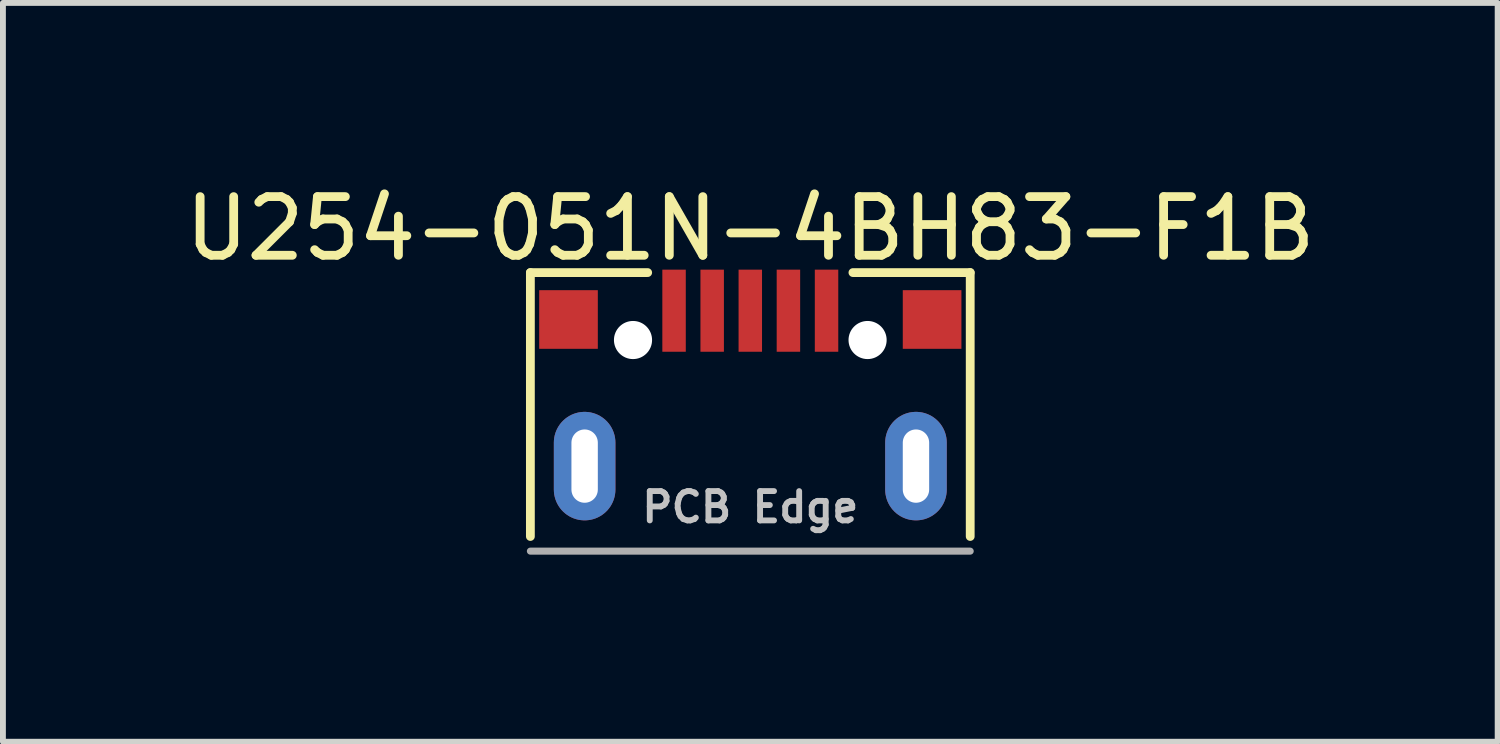
<source format=kicad_pcb>
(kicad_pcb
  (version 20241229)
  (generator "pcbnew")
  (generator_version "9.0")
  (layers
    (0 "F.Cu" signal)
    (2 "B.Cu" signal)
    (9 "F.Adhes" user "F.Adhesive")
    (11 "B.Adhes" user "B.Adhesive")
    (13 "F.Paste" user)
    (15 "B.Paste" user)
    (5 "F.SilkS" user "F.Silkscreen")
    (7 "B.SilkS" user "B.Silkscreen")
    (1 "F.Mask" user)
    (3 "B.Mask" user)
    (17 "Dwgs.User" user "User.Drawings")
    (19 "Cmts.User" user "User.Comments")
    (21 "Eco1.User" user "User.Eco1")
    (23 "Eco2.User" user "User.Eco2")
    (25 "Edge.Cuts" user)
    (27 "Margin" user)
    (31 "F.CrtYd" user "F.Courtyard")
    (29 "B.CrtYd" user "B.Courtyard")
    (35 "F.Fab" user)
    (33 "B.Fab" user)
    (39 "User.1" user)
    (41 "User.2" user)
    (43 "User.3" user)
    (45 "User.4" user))
  (footprint "U254-051N-4BH83-F1B"
    (layer "F.Cu")
    (at 9.744 6.348)
    (property "Reference" "U254-051N-4BH83-F1B" (at 0 -5.5 0) (layer "F.SilkS") (effects (font (size 1 1) (thickness 0.15))))
    (attr through_hole)
    (fp_line (start -3.75 -4.75) (end -3.75 -0.25) (stroke (width 0.15) (type solid)) (layer "F.SilkS"))
    (fp_line (start -1.75 -4.75) (end -3.75 -4.75) (stroke (width 0.15) (type solid)) (layer "F.SilkS"))
    (fp_line (start 1.75 -4.75) (end 3.75 -4.75) (stroke (width 0.15) (type solid)) (layer "F.SilkS"))
    (fp_line (start 3.75 -4.75) (end 3.75 -0.25) (stroke (width 0.15) (type solid)) (layer "F.SilkS"))
    (fp_line (start -3.75 0) (end 3.75 0) (stroke (width 0.12) (type solid)) (layer "F.Fab"))
    (fp_text user "PCB Edge" (at 0 -0.75 0) (layer "Dwgs.User") (effects (font (size 0.5 0.5) (thickness 0.1))))
    (pad "" np_thru_hole circle (at -2 -3.6) (size 0.65 0.65) (drill 0.65) (layers "*.Cu" "*.Mask"))
    (pad "" np_thru_hole circle (at 2 -3.6) (size 0.65 0.65) (drill 0.65) (layers "*.Cu" "*.Mask"))
    (pad "1" smd rect (at -1.3 -4.1) (size 0.4 1.4) (layers "F.Cu" "F.Mask" "F.Paste"))
    (pad "2" smd rect (at -0.65 -4.1) (size 0.4 1.4) (layers "F.Cu" "F.Mask" "F.Paste"))
    (pad "3" smd rect (at 0 -4.1) (size 0.4 1.4) (layers "F.Cu" "F.Mask" "F.Paste"))
    (pad "4" smd rect (at 0.65 -4.1) (size 0.4 1.4) (layers "F.Cu" "F.Mask" "F.Paste"))
    (pad "5" smd rect (at 1.3 -4.1) (size 0.4 1.4) (layers "F.Cu" "F.Mask" "F.Paste"))
    (pad "6" smd rect (at -3.1 -3.95) (size 1 1) (layers "F.Cu" "F.Mask" "F.Paste"))
    (pad "6" thru_hole oval (at -2.825 -1.45) (size 1.05 1.85) (drill oval 0.45 1.25) (layers "*.Cu" "*.Mask"))
    (pad "6" thru_hole oval (at 2.825 -1.45) (size 1.05 1.85) (drill oval 0.45 1.25) (layers "*.Cu" "*.Mask"))
    (pad "6" smd rect (at 3.1 -3.95) (size 1 1) (layers "F.Cu" "F.Mask" "F.Paste")))
  (gr_rect
    (start -3 -3)
    (end 22.488 9.598)
    (stroke (width 0.1) (type default))
    (fill no)
    (layer "Edge.Cuts")))
</source>
